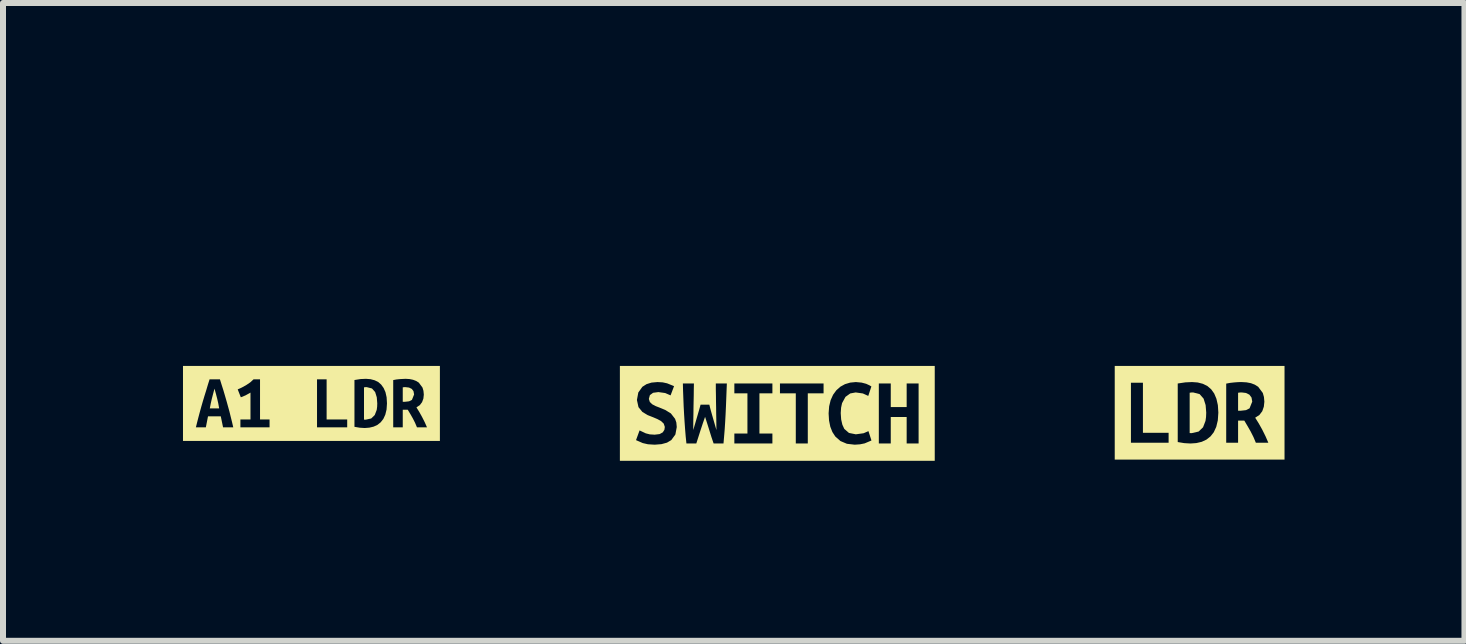
<source format=kicad_pcb>
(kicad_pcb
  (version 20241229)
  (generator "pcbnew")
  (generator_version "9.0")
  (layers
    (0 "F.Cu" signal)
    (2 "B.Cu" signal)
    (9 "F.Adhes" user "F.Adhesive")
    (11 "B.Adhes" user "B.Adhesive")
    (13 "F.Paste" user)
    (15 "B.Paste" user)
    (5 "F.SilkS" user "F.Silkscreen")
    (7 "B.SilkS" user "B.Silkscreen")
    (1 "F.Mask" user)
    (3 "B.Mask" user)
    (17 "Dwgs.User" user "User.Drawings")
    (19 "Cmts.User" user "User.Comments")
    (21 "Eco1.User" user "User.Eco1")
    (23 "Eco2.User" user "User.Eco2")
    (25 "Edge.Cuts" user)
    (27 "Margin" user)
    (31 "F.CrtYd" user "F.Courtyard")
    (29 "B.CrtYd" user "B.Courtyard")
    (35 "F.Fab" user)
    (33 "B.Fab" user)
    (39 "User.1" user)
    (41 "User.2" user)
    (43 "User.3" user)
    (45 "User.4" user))
  (footprint "kibuzzard-67A22DD3"
    (layer "F.Cu")
    (at 16.945 3.83)
    (property "Reference" "kibuzzard-67A22DD3" (at 0 -3.829 0) (layer "F.SilkS") (effects (font (size 0.001 0.001) (thickness 0.15))))
    (attr board_only exclude_from_pos_files exclude_from_bom)
    (fp_poly (pts (xy 0.877 -0.186) (xy 0.865 -0.254) (xy 0.829 -0.302) (xy 0.773 -0.33) (xy 0.701 -0.339) (xy 0.674 -0.338) (xy 0.641 -0.334) (xy 0.641 -0.034) (xy 0.685 -0.034) (xy 0.773 -0.044) (xy 0.832 -0.074) (xy 0.877 -0.186)) (stroke (width 0) (type solid)) (fill yes) (layer "F.SilkS"))
    (fp_poly (pts (xy -0.166 0.338) (xy -0.149 0.339) (xy -0.131 0.339) (xy -0.017 0.313) (xy 0.057 0.242) (xy 0.098 0.135) (xy 0.107 0.07) (xy 0.11 -0.002) (xy 0.1 -0.128) (xy 0.066 -0.236) (xy 0 -0.311) (xy -0.108 -0.339) (xy -0.137 -0.338) (xy -0.166 -0.334) (xy -0.166 0.338)) (stroke (width 0) (type solid)) (fill yes) (layer "F.SilkS"))
    (fp_poly (pts (xy -1.145 -0.781) (xy -1.415 -0.781) (xy -1.415 0.781) (xy -1.145 0.781) (xy -0.517 0.781) (xy -0.517 0.499) (xy -1.145 0.499) (xy -1.145 -0.501) (xy -0.945 -0.501) (xy -0.945 0.334) (xy -0.517 0.334) (xy -0.517 0.499) (xy -0.517 0.781) (xy -0.152 0.781) (xy -0.152 0.512) (xy -0.256 0.506) (xy -0.365 0.488) (xy -0.365 -0.488) (xy -0.237 -0.507) (xy -0.126 -0.512) (xy -0.032 -0.505) (xy 0.054 -0.483) (xy 0.129 -0.446) (xy 0.192 -0.392) (xy 0.243 -0.321) (xy 0.28 -0.233) (xy 0.304 -0.127) (xy 0.312 -0.002) (xy 0.303 0.127) (xy 0.277 0.235) (xy 0.236 0.324) (xy 0.181 0.394) (xy 0.114 0.447) (xy 0.035 0.484) (xy -0.054 0.505) (xy -0.152 0.512) (xy -0.152 0.781) (xy 1.145 0.781) (xy 1.145 0.499) (xy 0.937 0.499) (xy 0.897 0.404) (xy 0.851 0.313) (xy 0.799 0.222) (xy 0.745 0.131) (xy 0.641 0.131) (xy 0.641 0.499) (xy 0.443 0.499) (xy 0.443 -0.486) (xy 0.506 -0.498) (xy 0.577 -0.506) (xy 0.645 -0.511) (xy 0.701 -0.512) (xy 0.783 -0.507) (xy 0.856 -0.493) (xy 0.921 -0.468) (xy 0.976 -0.433) (xy 1.053 -0.33) (xy 1.072 -0.263) (xy 1.079 -0.184) (xy 1.07 -0.101) (xy 1.044 -0.026) (xy 0.996 0.037) (xy 0.926 0.082) (xy 0.984 0.175) (xy 1.044 0.282) (xy 1.099 0.393) (xy 1.145 0.499) (xy 1.145 0.781) (xy 1.415 0.781) (xy 1.415 -0.781) (xy 1.145 -0.781) (xy -1.145 -0.781)) (stroke (width 0) (type solid)) (fill yes) (layer "F.SilkS")))
  (footprint "kibuzzard-67A22DCA"
    (layer "F.Cu")
    (at 9.906 3.84)
    (property "Reference" "kibuzzard-67A22DCA" (at 0 -3.839 0) (layer "F.SilkS") (effects (font (size 0.001 0.001) (thickness 0.15))))
    (attr board_only exclude_from_pos_files exclude_from_bom)
    (fp_poly (pts (xy -2.355 -0.791) (xy -2.624 -0.791) (xy -2.624 0.791) (xy -2.355 0.791) (xy -2.044 0.791) (xy -2.044 0.522) (xy -2.156 0.515) (xy -2.243 0.495) (xy -2.355 0.446) (xy -2.296 0.284) (xy -2.192 0.333) (xy -2.125 0.35) (xy -2.044 0.355) (xy -1.961 0.345) (xy -1.909 0.316) (xy -1.882 0.274) (xy -1.875 0.226) (xy -1.893 0.171) (xy -1.938 0.128) (xy -1.999 0.095) (xy -2.067 0.066) (xy -2.161 0.029) (xy -2.249 -0.024) (xy -2.314 -0.104) (xy -2.34 -0.223) (xy -2.317 -0.348) (xy -2.249 -0.443) (xy -2.18 -0.487) (xy -2.097 -0.513) (xy -1.998 -0.522) (xy -1.911 -0.517) (xy -1.837 -0.501) (xy -1.721 -0.454) (xy -1.779 -0.3) (xy -1.869 -0.339) (xy -1.983 -0.355) (xy -2.071 -0.343) (xy -2.124 -0.304) (xy -2.141 -0.241) (xy -2.125 -0.19) (xy -2.084 -0.151) (xy -2.027 -0.121) (xy -1.965 -0.097) (xy -1.868 -0.057) (xy -1.774 0.001) (xy -1.704 0.091) (xy -1.683 0.152) (xy -1.676 0.228) (xy -1.699 0.352) (xy -1.767 0.445) (xy -1.839 0.488) (xy -1.931 0.513) (xy -2.044 0.522) (xy -2.044 0.791) (xy -0.897 0.791) (xy -0.897 0.501) (xy -1.062 0.501) (xy -1.098 0.395) (xy -1.133 0.282) (xy -1.169 0.167) (xy -1.204 0.058) (xy -1.241 0.164) (xy -1.279 0.279) (xy -1.316 0.395) (xy -1.35 0.501) (xy -1.515 0.501) (xy -1.527 0.386) (xy -1.537 0.264) (xy -1.546 0.138) (xy -1.554 0.011) (xy -1.561 -0.118) (xy -1.566 -0.248) (xy -1.571 -0.376) (xy -1.574 -0.499) (xy -1.39 -0.499) (xy -1.392 -0.402) (xy -1.393 -0.302) (xy -1.395 -0.201) (xy -1.397 -0.099) (xy -1.398 0.000404) (xy -1.4 0.098) (xy -1.401 0.191) (xy -1.401 0.278) (xy -1.368 0.165) (xy -1.333 0.044) (xy -1.301 -0.066) (xy -1.279 -0.145) (xy -1.133 -0.145) (xy -1.114 -0.069) (xy -1.086 0.031) (xy -1.052 0.149) (xy -1.015 0.278) (xy -1.016 0.191) (xy -1.017 0.098) (xy -1.019 0.001) (xy -1.02 -0.099) (xy -1.022 -0.199) (xy -1.023 -0.301) (xy -1.025 -0.402) (xy -1.025 -0.499) (xy -0.841 -0.499) (xy -0.846 -0.375) (xy -0.851 -0.246) (xy -0.856 -0.117) (xy -0.862 0.012) (xy -0.869 0.14) (xy -0.877 0.265) (xy -0.887 0.386) (xy -0.897 0.501) (xy -0.897 0.791) (xy -0.716 0.791) (xy -0.716 0.501) (xy -0.716 0.336) (xy -0.498 0.336) (xy -0.498 -0.334) (xy -0.716 -0.334) (xy -0.716 -0.499) (xy -0.082 -0.499) (xy -0.082 -0.334) (xy -0.298 -0.334) (xy -0.298 0.336) (xy -0.082 0.336) (xy -0.082 0.501) (xy -0.716 0.501) (xy -0.716 0.791) (xy 0.508 0.791) (xy 0.508 0.501) (xy 0.308 0.501) (xy 0.308 -0.334) (xy 0.044 -0.334) (xy 0.044 -0.499) (xy 0.771 -0.499) (xy 0.771 -0.334) (xy 0.508 -0.334) (xy 0.508 0.501) (xy 0.508 0.791) (xy 1.29 0.791) (xy 1.29 0.522) (xy 1.16 0.507) (xy 1.052 0.461) (xy 0.967 0.386) (xy 0.918 0.311) (xy 0.883 0.222) (xy 0.862 0.118) (xy 0.855 0) (xy 0.864 -0.118) (xy 0.889 -0.221) (xy 0.93 -0.311) (xy 0.984 -0.385) (xy 1.05 -0.444) (xy 1.128 -0.487) (xy 1.215 -0.513) (xy 1.309 -0.522) (xy 1.405 -0.513) (xy 1.481 -0.493) (xy 1.535 -0.468) (xy 1.568 -0.449) (xy 1.516 -0.291) (xy 1.426 -0.332) (xy 1.306 -0.349) (xy 1.215 -0.332) (xy 1.136 -0.275) (xy 1.079 -0.17) (xy 1.063 -0.095) (xy 1.057 -0.005) (xy 1.064 0.1) (xy 1.084 0.188) (xy 1.116 0.258) (xy 1.194 0.326) (xy 1.309 0.349) (xy 1.438 0.331) (xy 1.519 0.296) (xy 1.569 0.452) (xy 1.456 0.5) (xy 1.378 0.516) (xy 1.29 0.522) (xy 1.29 0.791) (xy 2.355 0.791) (xy 2.355 0.501) (xy 2.156 0.501) (xy 2.156 0.06) (xy 1.891 0.06) (xy 1.891 0.501) (xy 1.692 0.501) (xy 1.692 -0.499) (xy 1.891 -0.499) (xy 1.891 -0.105) (xy 2.156 -0.105) (xy 2.156 -0.499) (xy 2.355 -0.499) (xy 2.355 0.501) (xy 2.355 0.791) (xy 2.624 0.791) (xy 2.624 -0.791) (xy 2.355 -0.791) (xy -2.355 -0.791)) (stroke (width 0) (type solid)) (fill yes) (layer "F.SilkS")))
  (footprint "kibuzzard-67A11ADA"
    (layer "F.Cu")
    (at 2.141 3.674)
    (property "Reference" "kibuzzard-67A11ADA" (at 0 -3.673 0) (layer "F.SilkS") (effects (font (size 0.001 0.001) (thickness 0.15))))
    (attr board_only exclude_from_pos_files exclude_from_bom)
    (fp_poly (pts (xy -1.616 -0.246) (xy -1.639 -0.16) (xy -1.66 -0.079) (xy -1.678 0) (xy -1.694 0.083) (xy -1.538 0.083) (xy -1.553 0) (xy -1.571 -0.079) (xy -1.592 -0.16) (xy -1.616 -0.246)) (stroke (width 0) (type solid)) (fill yes) (layer "F.SilkS"))
    (fp_poly (pts (xy 1.711 -0.149) (xy 1.701 -0.204) (xy 1.672 -0.242) (xy 1.627 -0.264) (xy 1.57 -0.271) (xy 1.548 -0.271) (xy 1.522 -0.268) (xy 1.522 -0.027) (xy 1.557 -0.027) (xy 1.627 -0.035) (xy 1.675 -0.059) (xy 1.711 -0.149)) (stroke (width 0) (type solid)) (fill yes) (layer "F.SilkS"))
    (fp_poly (pts (xy 0.876 0.27) (xy 0.89 0.271) (xy 0.905 0.271) (xy 0.996 0.251) (xy 1.055 0.194) (xy 1.088 0.108) (xy 1.095 0.056) (xy 1.097 -0.001) (xy 1.089 -0.102) (xy 1.062 -0.189) (xy 1.009 -0.249) (xy 0.923 -0.271) (xy 0.9 -0.271) (xy 0.876 -0.268) (xy 0.876 0.27)) (stroke (width 0) (type solid)) (fill yes) (layer "F.SilkS"))
    (fp_poly (pts (xy -1.926 -0.625) (xy -2.141 -0.625) (xy -2.141 0.625) (xy -1.926 0.625) (xy -1.473 0.625) (xy -1.473 0.399) (xy -1.511 0.215) (xy -1.724 0.215) (xy -1.76 0.399) (xy -1.926 0.399) (xy -1.903 0.306) (xy -1.88 0.217) (xy -1.857 0.131) (xy -1.834 0.048) (xy -1.811 -0.032) (xy -1.782 -0.128) (xy -1.753 -0.221) (xy -1.726 -0.312) (xy -1.698 -0.401) (xy -1.525 -0.401) (xy -1.497 -0.311) (xy -1.468 -0.22) (xy -1.44 -0.125) (xy -1.412 -0.028) (xy -1.39 0.052) (xy -1.367 0.135) (xy -1.346 0.221) (xy -1.324 0.309) (xy -1.303 0.399) (xy -1.473 0.399) (xy -1.473 0.625) (xy -0.698 0.625) (xy -0.698 0.399) (xy -1.184 0.399) (xy -1.184 0.268) (xy -1.016 0.268) (xy -1.016 -0.18) (xy -1.099 -0.134) (xy -1.177 -0.102) (xy -1.229 -0.234) (xy -1.162 -0.264) (xy -1.089 -0.304) (xy -1.021 -0.35) (xy -0.965 -0.401) (xy -0.857 -0.401) (xy -0.857 0.268) (xy -0.698 0.268) (xy -0.698 0.399) (xy -0.698 0.625) (xy 0.596 0.625) (xy 0.596 0.399) (xy 0.093 0.399) (xy 0.093 -0.401) (xy 0.253 -0.401) (xy 0.253 0.268) (xy 0.596 0.268) (xy 0.596 0.399) (xy 0.596 0.625) (xy 0.888 0.625) (xy 0.888 0.41) (xy 0.805 0.405) (xy 0.717 0.39) (xy 0.717 -0.39) (xy 0.819 -0.406) (xy 0.909 -0.41) (xy 0.984 -0.404) (xy 1.053 -0.386) (xy 1.113 -0.357) (xy 1.163 -0.313) (xy 1.203 -0.257) (xy 1.234 -0.187) (xy 1.253 -0.102) (xy 1.259 -0.001) (xy 1.252 0.102) (xy 1.231 0.188) (xy 1.198 0.259) (xy 1.154 0.315) (xy 1.1 0.358) (xy 1.037 0.387) (xy 0.966 0.404) (xy 0.888 0.41) (xy 0.888 0.625) (xy 1.926 0.625) (xy 1.926 0.399) (xy 1.759 0.399) (xy 1.727 0.323) (xy 1.69 0.25) (xy 1.649 0.178) (xy 1.605 0.105) (xy 1.522 0.105) (xy 1.522 0.399) (xy 1.363 0.399) (xy 1.363 -0.389) (xy 1.415 -0.399) (xy 1.471 -0.405) (xy 1.525 -0.408) (xy 1.57 -0.41) (xy 1.636 -0.406) (xy 1.694 -0.394) (xy 1.746 -0.374) (xy 1.79 -0.346) (xy 1.851 -0.264) (xy 1.867 -0.21) (xy 1.873 -0.147) (xy 1.866 -0.081) (xy 1.844 -0.021) (xy 1.806 0.029) (xy 1.75 0.066) (xy 1.796 0.14) (xy 1.844 0.226) (xy 1.889 0.315) (xy 1.926 0.399) (xy 1.926 0.625) (xy 2.141 0.625) (xy 2.141 -0.625) (xy 1.926 -0.625) (xy -1.926 -0.625)) (stroke (width 0) (type solid)) (fill yes) (layer "F.SilkS")))
  (gr_rect
    (start -3 -3)
    (end 21.359 7.631)
    (stroke (width 0.1) (type default))
    (fill no)
    (layer "Edge.Cuts")))
</source>
